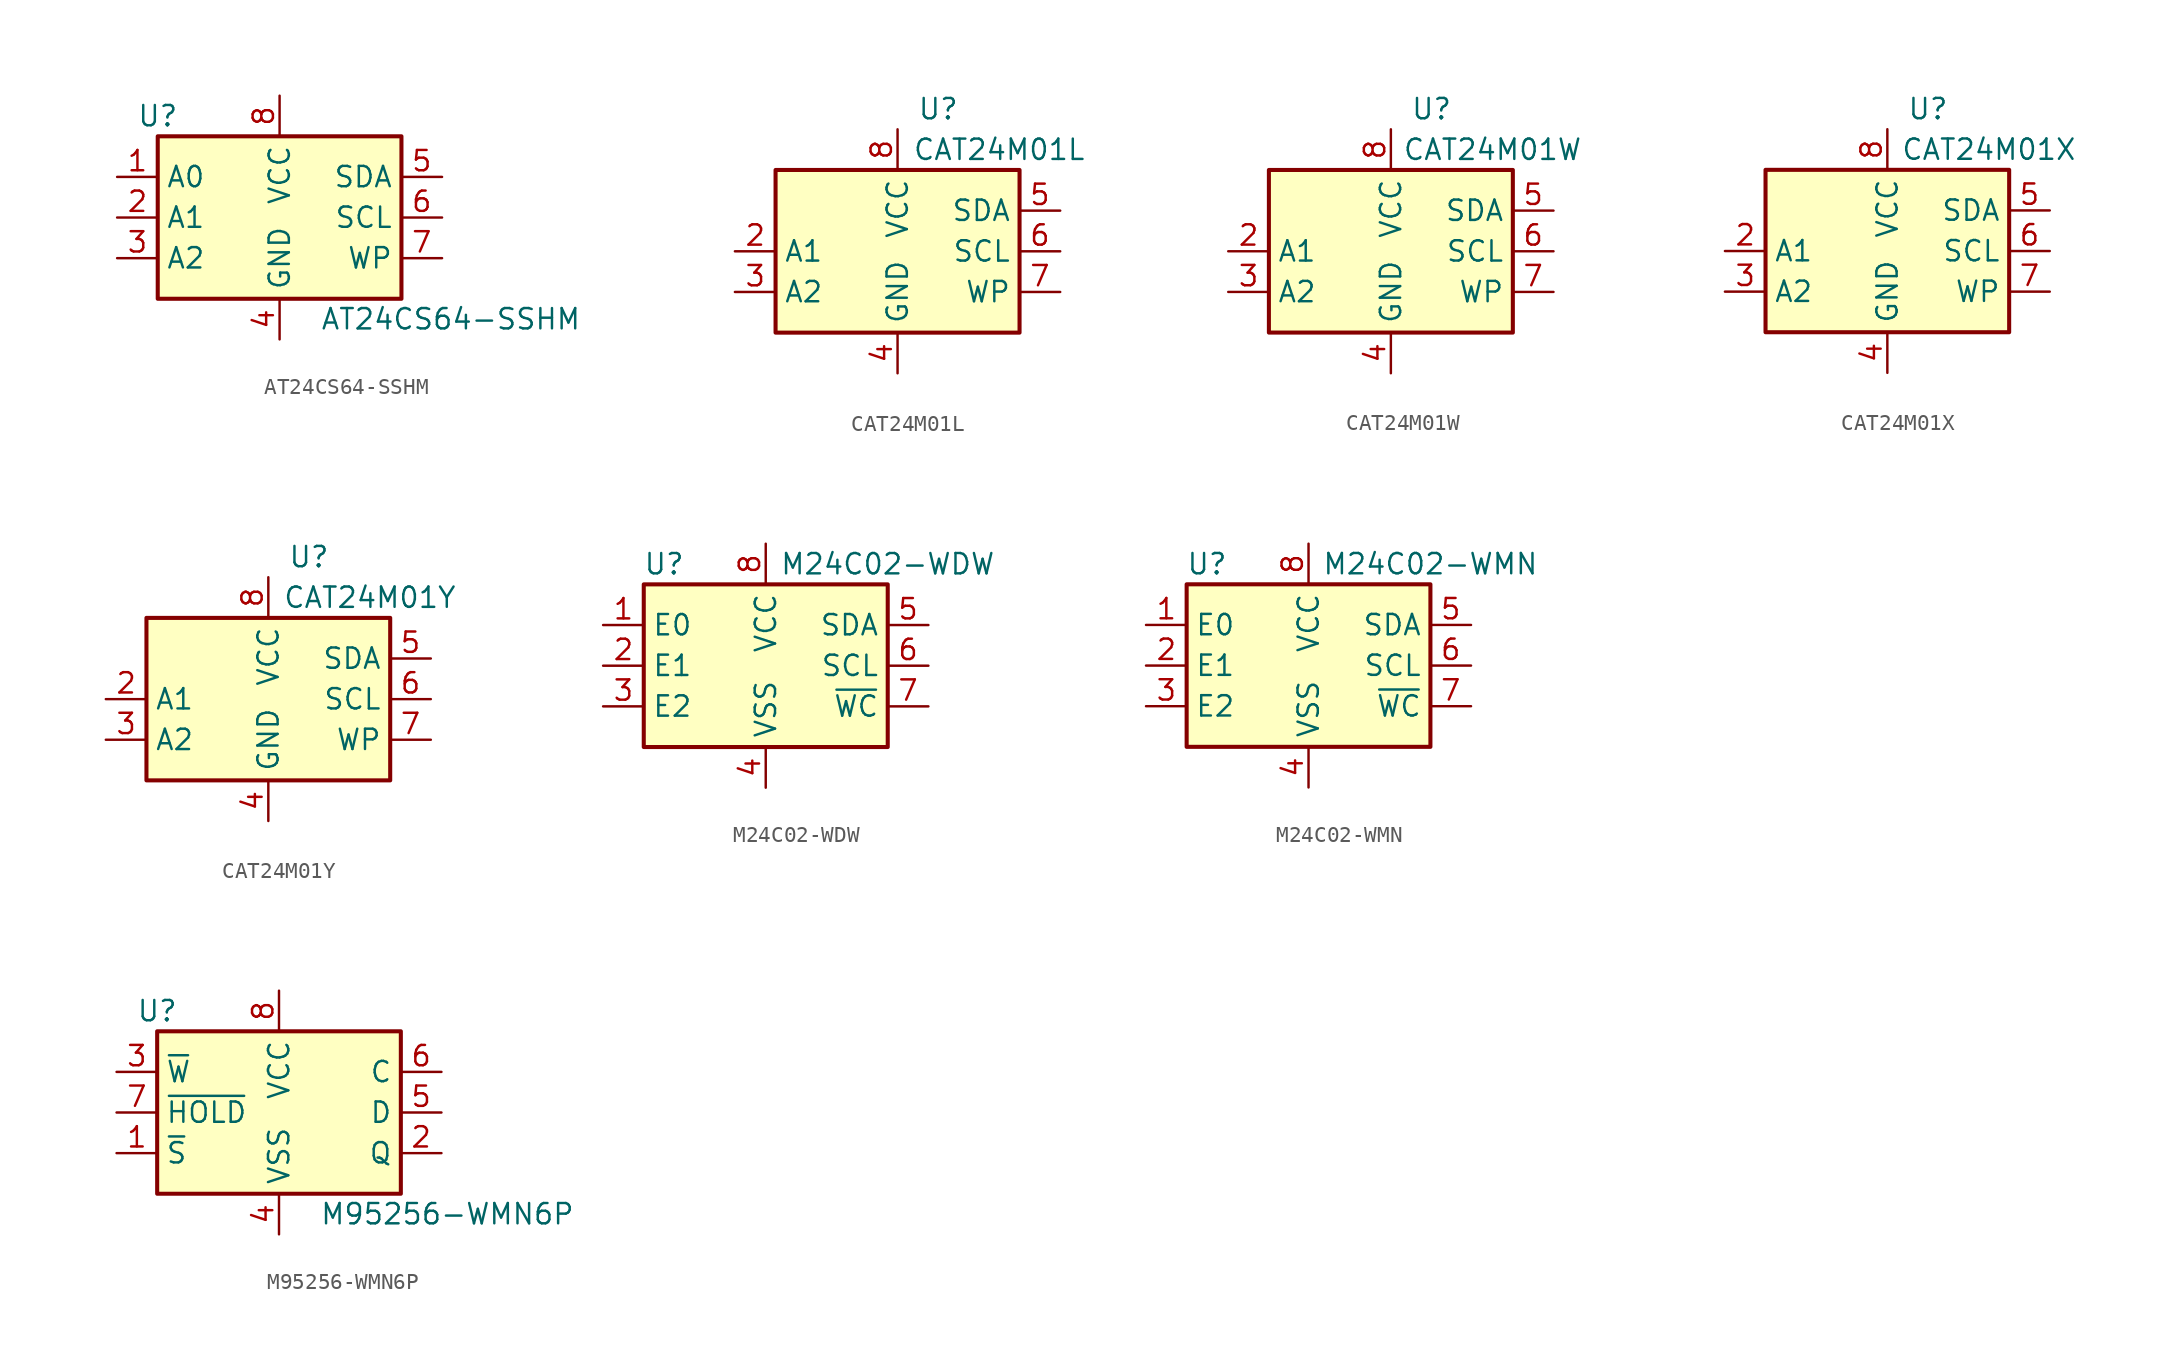
<source format=kicad_sym>
(kicad_symbol_lib
  (version 20241209)
  (generator "kicad_symbol_editor")
  (generator_version "9.0")
  (symbol "AT24CS64-SSHM"
    (property "Reference" "U"
      (at -7.62 6.35 0)
      (effects (font (size 1.27 1.27))))
    (property "Value" "AT24CS64-SSHM"
      (at 2.54 -6.35 0)
      (effects (font (size 1.27 1.27)) (justify left)))
    (symbol "AT24CS64-SSHM_1_1"
      (rectangle (start -7.62 5.08) (end 7.62 -5.08) (stroke (width 0.254) (type default)) (fill (type background)))
      (pin input line (at -10.16 2.54 0) (length 2.54) (name "A0" (effects (font (size 1.27 1.27)))) (number "1" (effects (font (size 1.27 1.27)))))
      (pin input line (at -10.16 0 0) (length 2.54) (name "A1" (effects (font (size 1.27 1.27)))) (number "2" (effects (font (size 1.27 1.27)))))
      (pin input line (at -10.16 -2.54 0) (length 2.54) (name "A2" (effects (font (size 1.27 1.27)))) (number "3" (effects (font (size 1.27 1.27)))))
      (pin power_in line (at 0 7.62 270) (length 2.54) (name "VCC" (effects (font (size 1.27 1.27)))) (number "8" (effects (font (size 1.27 1.27)))))
      (pin power_in line (at 0 -7.62 90) (length 2.54) (name "GND" (effects (font (size 1.27 1.27)))) (number "4" (effects (font (size 1.27 1.27)))))
      (pin bidirectional line (at 10.16 2.54 180) (length 2.54) (name "SDA" (effects (font (size 1.27 1.27)))) (number "5" (effects (font (size 1.27 1.27)))))
      (pin input line (at 10.16 0 180) (length 2.54) (name "SCL" (effects (font (size 1.27 1.27)))) (number "6" (effects (font (size 1.27 1.27)))))
      (pin input line (at 10.16 -2.54 180) (length 2.54) (name "WP" (effects (font (size 1.27 1.27)))) (number "7" (effects (font (size 1.27 1.27)))))))
  (symbol "CAT24M01L"
    (property "Reference" "U"
      (at 2.54 8.89 0)
      (effects (font (size 1.27 1.27))))
    (property "Value" "CAT24M01L"
      (at 6.35 6.35 0)
      (effects (font (size 1.27 1.27))))
    (symbol "CAT24M01L_1_1"
      (rectangle (start -7.62 5.08) (end 7.62 -5.08) (stroke (width 0.254) (type default)) (fill (type background)))
      (pin input line (at -10.16 0 0) (length 2.54) (name "A1" (effects (font (size 1.27 1.27)))) (number "2" (effects (font (size 1.27 1.27)))))
      (pin input line (at -10.16 -2.54 0) (length 2.54) (name "A2" (effects (font (size 1.27 1.27)))) (number "3" (effects (font (size 1.27 1.27)))))
      (pin no_connect line (at -7.62 2.54 0) (length 2.54) (hide yes) (name "NC" (effects (font (size 1.27 1.27)))) (number "1" (effects (font (size 1.27 1.27)))))
      (pin power_in line (at 0 7.62 270) (length 2.54) (name "VCC" (effects (font (size 1.27 1.27)))) (number "8" (effects (font (size 1.27 1.27)))))
      (pin power_in line (at 0 -7.62 90) (length 2.54) (name "GND" (effects (font (size 1.27 1.27)))) (number "4" (effects (font (size 1.27 1.27)))))
      (pin bidirectional line (at 10.16 2.54 180) (length 2.54) (name "SDA" (effects (font (size 1.27 1.27)))) (number "5" (effects (font (size 1.27 1.27)))))
      (pin input line (at 10.16 0 180) (length 2.54) (name "SCL" (effects (font (size 1.27 1.27)))) (number "6" (effects (font (size 1.27 1.27)))))
      (pin input line (at 10.16 -2.54 180) (length 2.54) (name "WP" (effects (font (size 1.27 1.27)))) (number "7" (effects (font (size 1.27 1.27)))))))
  (symbol "CAT24M01W"
    (property "Reference" "U"
      (at 2.54 8.89 0)
      (effects (font (size 1.27 1.27))))
    (property "Value" "CAT24M01W"
      (at 6.35 6.35 0)
      (effects (font (size 1.27 1.27))))
    (symbol "CAT24M01W_1_1"
      (rectangle (start -7.62 5.08) (end 7.62 -5.08) (stroke (width 0.254) (type default)) (fill (type background)))
      (pin input line (at -10.16 0 0) (length 2.54) (name "A1" (effects (font (size 1.27 1.27)))) (number "2" (effects (font (size 1.27 1.27)))))
      (pin input line (at -10.16 -2.54 0) (length 2.54) (name "A2" (effects (font (size 1.27 1.27)))) (number "3" (effects (font (size 1.27 1.27)))))
      (pin no_connect line (at -7.62 2.54 0) (length 2.54) (hide yes) (name "NC" (effects (font (size 1.27 1.27)))) (number "1" (effects (font (size 1.27 1.27)))))
      (pin power_in line (at 0 7.62 270) (length 2.54) (name "VCC" (effects (font (size 1.27 1.27)))) (number "8" (effects (font (size 1.27 1.27)))))
      (pin power_in line (at 0 -7.62 90) (length 2.54) (name "GND" (effects (font (size 1.27 1.27)))) (number "4" (effects (font (size 1.27 1.27)))))
      (pin bidirectional line (at 10.16 2.54 180) (length 2.54) (name "SDA" (effects (font (size 1.27 1.27)))) (number "5" (effects (font (size 1.27 1.27)))))
      (pin input line (at 10.16 0 180) (length 2.54) (name "SCL" (effects (font (size 1.27 1.27)))) (number "6" (effects (font (size 1.27 1.27)))))
      (pin input line (at 10.16 -2.54 180) (length 2.54) (name "WP" (effects (font (size 1.27 1.27)))) (number "7" (effects (font (size 1.27 1.27)))))))
  (symbol "CAT24M01X"
    (property "Reference" "U"
      (at 2.54 8.89 0)
      (effects (font (size 1.27 1.27))))
    (property "Value" "CAT24M01X"
      (at 6.35 6.35 0)
      (effects (font (size 1.27 1.27))))
    (symbol "CAT24M01X_1_1"
      (rectangle (start -7.62 5.08) (end 7.62 -5.08) (stroke (width 0.254) (type default)) (fill (type background)))
      (pin input line (at -10.16 0 0) (length 2.54) (name "A1" (effects (font (size 1.27 1.27)))) (number "2" (effects (font (size 1.27 1.27)))))
      (pin input line (at -10.16 -2.54 0) (length 2.54) (name "A2" (effects (font (size 1.27 1.27)))) (number "3" (effects (font (size 1.27 1.27)))))
      (pin no_connect line (at -7.62 2.54 0) (length 2.54) (hide yes) (name "NC" (effects (font (size 1.27 1.27)))) (number "1" (effects (font (size 1.27 1.27)))))
      (pin power_in line (at 0 7.62 270) (length 2.54) (name "VCC" (effects (font (size 1.27 1.27)))) (number "8" (effects (font (size 1.27 1.27)))))
      (pin power_in line (at 0 -7.62 90) (length 2.54) (name "GND" (effects (font (size 1.27 1.27)))) (number "4" (effects (font (size 1.27 1.27)))))
      (pin bidirectional line (at 10.16 2.54 180) (length 2.54) (name "SDA" (effects (font (size 1.27 1.27)))) (number "5" (effects (font (size 1.27 1.27)))))
      (pin input line (at 10.16 0 180) (length 2.54) (name "SCL" (effects (font (size 1.27 1.27)))) (number "6" (effects (font (size 1.27 1.27)))))
      (pin input line (at 10.16 -2.54 180) (length 2.54) (name "WP" (effects (font (size 1.27 1.27)))) (number "7" (effects (font (size 1.27 1.27)))))))
  (symbol "CAT24M01Y"
    (property "Reference" "U"
      (at 2.54 8.89 0)
      (effects (font (size 1.27 1.27))))
    (property "Value" "CAT24M01Y"
      (at 6.35 6.35 0)
      (effects (font (size 1.27 1.27))))
    (symbol "CAT24M01Y_1_1"
      (rectangle (start -7.62 5.08) (end 7.62 -5.08) (stroke (width 0.254) (type default)) (fill (type background)))
      (pin input line (at -10.16 0 0) (length 2.54) (name "A1" (effects (font (size 1.27 1.27)))) (number "2" (effects (font (size 1.27 1.27)))))
      (pin input line (at -10.16 -2.54 0) (length 2.54) (name "A2" (effects (font (size 1.27 1.27)))) (number "3" (effects (font (size 1.27 1.27)))))
      (pin no_connect line (at -7.62 2.54 0) (length 2.54) (hide yes) (name "NC" (effects (font (size 1.27 1.27)))) (number "1" (effects (font (size 1.27 1.27)))))
      (pin power_in line (at 0 7.62 270) (length 2.54) (name "VCC" (effects (font (size 1.27 1.27)))) (number "8" (effects (font (size 1.27 1.27)))))
      (pin power_in line (at 0 -7.62 90) (length 2.54) (name "GND" (effects (font (size 1.27 1.27)))) (number "4" (effects (font (size 1.27 1.27)))))
      (pin bidirectional line (at 10.16 2.54 180) (length 2.54) (name "SDA" (effects (font (size 1.27 1.27)))) (number "5" (effects (font (size 1.27 1.27)))))
      (pin input line (at 10.16 0 180) (length 2.54) (name "SCL" (effects (font (size 1.27 1.27)))) (number "6" (effects (font (size 1.27 1.27)))))
      (pin input line (at 10.16 -2.54 180) (length 2.54) (name "WP" (effects (font (size 1.27 1.27)))) (number "7" (effects (font (size 1.27 1.27)))))))
  (symbol "M24C02-WDW"
    (property "Reference" "U"
      (at -6.35 6.35 0)
      (effects (font (size 1.27 1.27))))
    (property "Value" "M24C02-WDW"
      (at 7.62 6.35 0)
      (effects (font (size 1.27 1.27))))
    (symbol "M24C02-WDW_0_1"
      (rectangle (start -7.62 5.08) (end 7.62 -5.08) (stroke (width 0.254) (type default)) (fill (type background))))
    (symbol "M24C02-WDW_1_1"
      (pin input line (at -10.16 2.54 0) (length 2.54) (name "E0" (effects (font (size 1.27 1.27)))) (number "1" (effects (font (size 1.27 1.27)))))
      (pin input line (at -10.16 0 0) (length 2.54) (name "E1" (effects (font (size 1.27 1.27)))) (number "2" (effects (font (size 1.27 1.27)))))
      (pin input line (at -10.16 -2.54 0) (length 2.54) (name "E2" (effects (font (size 1.27 1.27)))) (number "3" (effects (font (size 1.27 1.27)))))
      (pin power_in line (at 0 7.62 270) (length 2.54) (name "VCC" (effects (font (size 1.27 1.27)))) (number "8" (effects (font (size 1.27 1.27)))))
      (pin power_in line (at 0 -7.62 90) (length 2.54) (name "VSS" (effects (font (size 1.27 1.27)))) (number "4" (effects (font (size 1.27 1.27)))))
      (pin bidirectional line (at 10.16 2.54 180) (length 2.54) (name "SDA" (effects (font (size 1.27 1.27)))) (number "5" (effects (font (size 1.27 1.27)))))
      (pin input line (at 10.16 0 180) (length 2.54) (name "SCL" (effects (font (size 1.27 1.27)))) (number "6" (effects (font (size 1.27 1.27)))))
      (pin input line (at 10.16 -2.54 180) (length 2.54) (name "~{WC}" (effects (font (size 1.27 1.27)))) (number "7" (effects (font (size 1.27 1.27)))))))
  (symbol "M24C02-WMN"
    (property "Reference" "U"
      (at -6.35 6.35 0)
      (effects (font (size 1.27 1.27))))
    (property "Value" "M24C02-WMN"
      (at 7.62 6.35 0)
      (effects (font (size 1.27 1.27))))
    (symbol "M24C02-WMN_0_1"
      (rectangle (start -7.62 5.08) (end 7.62 -5.08) (stroke (width 0.254) (type default)) (fill (type background))))
    (symbol "M24C02-WMN_1_1"
      (pin input line (at -10.16 2.54 0) (length 2.54) (name "E0" (effects (font (size 1.27 1.27)))) (number "1" (effects (font (size 1.27 1.27)))))
      (pin input line (at -10.16 0 0) (length 2.54) (name "E1" (effects (font (size 1.27 1.27)))) (number "2" (effects (font (size 1.27 1.27)))))
      (pin input line (at -10.16 -2.54 0) (length 2.54) (name "E2" (effects (font (size 1.27 1.27)))) (number "3" (effects (font (size 1.27 1.27)))))
      (pin power_in line (at 0 7.62 270) (length 2.54) (name "VCC" (effects (font (size 1.27 1.27)))) (number "8" (effects (font (size 1.27 1.27)))))
      (pin power_in line (at 0 -7.62 90) (length 2.54) (name "VSS" (effects (font (size 1.27 1.27)))) (number "4" (effects (font (size 1.27 1.27)))))
      (pin bidirectional line (at 10.16 2.54 180) (length 2.54) (name "SDA" (effects (font (size 1.27 1.27)))) (number "5" (effects (font (size 1.27 1.27)))))
      (pin input line (at 10.16 0 180) (length 2.54) (name "SCL" (effects (font (size 1.27 1.27)))) (number "6" (effects (font (size 1.27 1.27)))))
      (pin input line (at 10.16 -2.54 180) (length 2.54) (name "~{WC}" (effects (font (size 1.27 1.27)))) (number "7" (effects (font (size 1.27 1.27)))))))
  (symbol "M95256-WMN6P"
    (property "Reference" "U"
      (at -7.62 6.35 0)
      (effects (font (size 1.27 1.27))))
    (property "Value" "M95256-WMN6P"
      (at 2.54 -6.35 0)
      (effects (font (size 1.27 1.27)) (justify left)))
    (symbol "M95256-WMN6P_1_1"
      (rectangle (start -7.62 5.08) (end 7.62 -5.08) (stroke (width 0.254) (type default)) (fill (type background)))
      (pin input line (at -10.16 2.54 0) (length 2.54) (name "~{W}" (effects (font (size 1.27 1.27)))) (number "3" (effects (font (size 1.27 1.27)))))
      (pin input line (at -10.16 0 0) (length 2.54) (name "~{HOLD}" (effects (font (size 1.27 1.27)))) (number "7" (effects (font (size 1.27 1.27)))))
      (pin input line (at -10.16 -2.54 0) (length 2.54) (name "~{S}" (effects (font (size 1.27 1.27)))) (number "1" (effects (font (size 1.27 1.27)))))
      (pin power_in line (at 0 7.62 270) (length 2.54) (name "VCC" (effects (font (size 1.27 1.27)))) (number "8" (effects (font (size 1.27 1.27)))))
      (pin power_in line (at 0 -7.62 90) (length 2.54) (name "VSS" (effects (font (size 1.27 1.27)))) (number "4" (effects (font (size 1.27 1.27)))))
      (pin input line (at 10.16 2.54 180) (length 2.54) (name "C" (effects (font (size 1.27 1.27)))) (number "6" (effects (font (size 1.27 1.27)))))
      (pin input line (at 10.16 0 180) (length 2.54) (name "D" (effects (font (size 1.27 1.27)))) (number "5" (effects (font (size 1.27 1.27)))))
      (pin output line (at 10.16 -2.54 180) (length 2.54) (name "Q" (effects (font (size 1.27 1.27)))) (number "2" (effects (font (size 1.27 1.27))))))))
</source>
